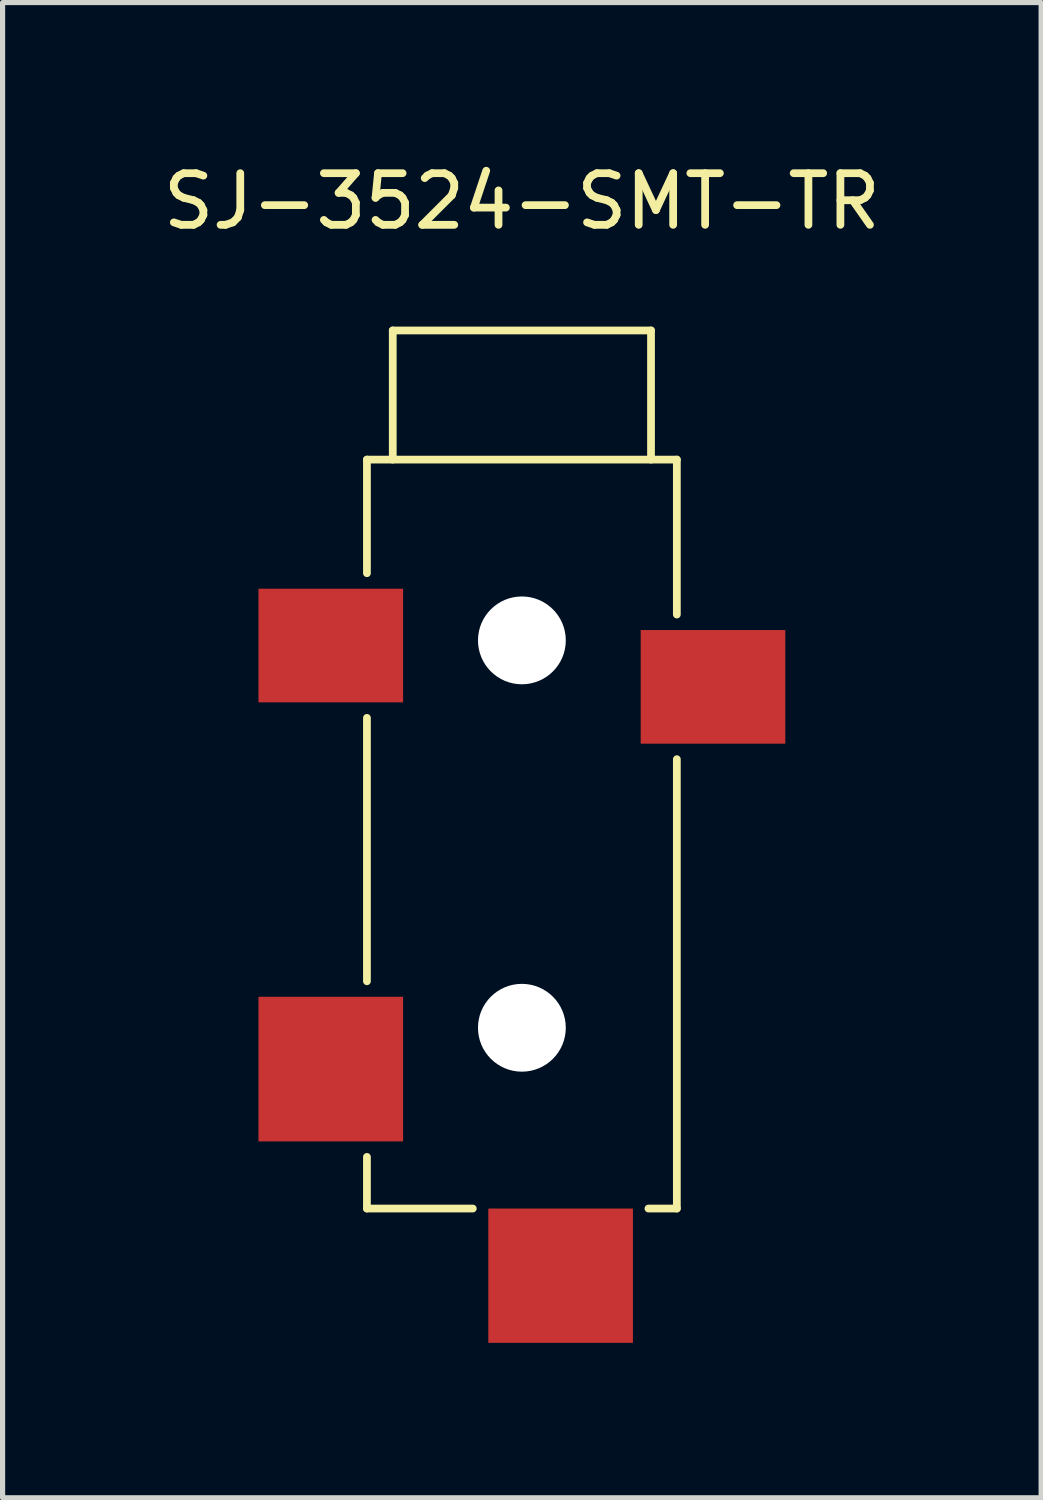
<source format=kicad_pcb>
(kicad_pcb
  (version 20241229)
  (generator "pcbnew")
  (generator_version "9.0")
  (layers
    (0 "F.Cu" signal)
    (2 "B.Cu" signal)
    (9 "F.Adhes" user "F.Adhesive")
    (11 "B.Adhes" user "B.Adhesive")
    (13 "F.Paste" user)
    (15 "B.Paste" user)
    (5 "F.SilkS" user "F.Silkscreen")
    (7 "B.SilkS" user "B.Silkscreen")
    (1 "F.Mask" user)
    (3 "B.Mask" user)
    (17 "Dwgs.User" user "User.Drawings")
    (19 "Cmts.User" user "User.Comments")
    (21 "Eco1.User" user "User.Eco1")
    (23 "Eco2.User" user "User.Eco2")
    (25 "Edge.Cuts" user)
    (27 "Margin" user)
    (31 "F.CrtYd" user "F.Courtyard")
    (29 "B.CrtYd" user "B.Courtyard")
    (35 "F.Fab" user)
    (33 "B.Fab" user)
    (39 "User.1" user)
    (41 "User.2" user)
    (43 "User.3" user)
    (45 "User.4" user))
  (footprint "SJ-3524-SMT-TR"
    (layer "F.Cu")
    (at 7.054 13.348)
    (property "Reference" "SJ-3524-SMT-TR" (at 0 -12.5 0) (layer "F.SilkS") (effects (font (size 1 1) (thickness 0.15))))
    (attr through_hole)
    (fp_line (start -3 -7.5) (end -3 -5.3) (stroke (width 0.15) (type solid)) (layer "F.SilkS"))
    (fp_line (start -3 -7.5) (end 3 -7.5) (stroke (width 0.15) (type solid)) (layer "F.SilkS"))
    (fp_line (start -3 2.6) (end -3 -2.5) (stroke (width 0.15) (type solid)) (layer "F.SilkS"))
    (fp_line (start -3 7) (end -3 6) (stroke (width 0.15) (type solid)) (layer "F.SilkS"))
    (fp_line (start -3 7) (end -0.95 7) (stroke (width 0.15) (type solid)) (layer "F.SilkS"))
    (fp_line (start -2.5 -10) (end 2.5 -10) (stroke (width 0.15) (type solid)) (layer "F.SilkS"))
    (fp_line (start -2.5 -7.5) (end -2.5 -10) (stroke (width 0.15) (type solid)) (layer "F.SilkS"))
    (fp_line (start 2.5 -10) (end 2.5 -7.5) (stroke (width 0.15) (type solid)) (layer "F.SilkS"))
    (fp_line (start 3 -7.5) (end 3 -4.5) (stroke (width 0.15) (type solid)) (layer "F.SilkS"))
    (fp_line (start 3 7) (end 2.45 7) (stroke (width 0.15) (type solid)) (layer "F.SilkS"))
    (fp_line (start 3 7) (end 3 -1.7) (stroke (width 0.15) (type solid)) (layer "F.SilkS"))
    (pad "" np_thru_hole circle (at 0 -4) (size 1.7 1.7) (drill 1.7) (layers "*.Cu" "*.Mask"))
    (pad "" np_thru_hole circle (at 0 3.5) (size 1.7 1.7) (drill 1.7) (layers "*.Cu" "*.Mask"))
    (pad "1" smd rect (at 3.7 -3.1 90) (size 2.2 2.8) (layers "F.Cu" "F.Mask" "F.Paste"))
    (pad "2" smd rect (at -3.7 -3.9 90) (size 2.2 2.8) (layers "F.Cu" "F.Mask" "F.Paste"))
    (pad "3" smd rect (at -3.7 4.3) (size 2.8 2.8) (layers "F.Cu" "F.Mask" "F.Paste"))
    (pad "4" smd rect (at 0.75 8.3) (size 2.8 2.6) (layers "F.Cu" "F.Mask" "F.Paste")))
  (gr_rect
    (start -3 -3)
    (end 17.107 25.948)
    (stroke (width 0.1) (type default))
    (fill no)
    (layer "Edge.Cuts")))
</source>
